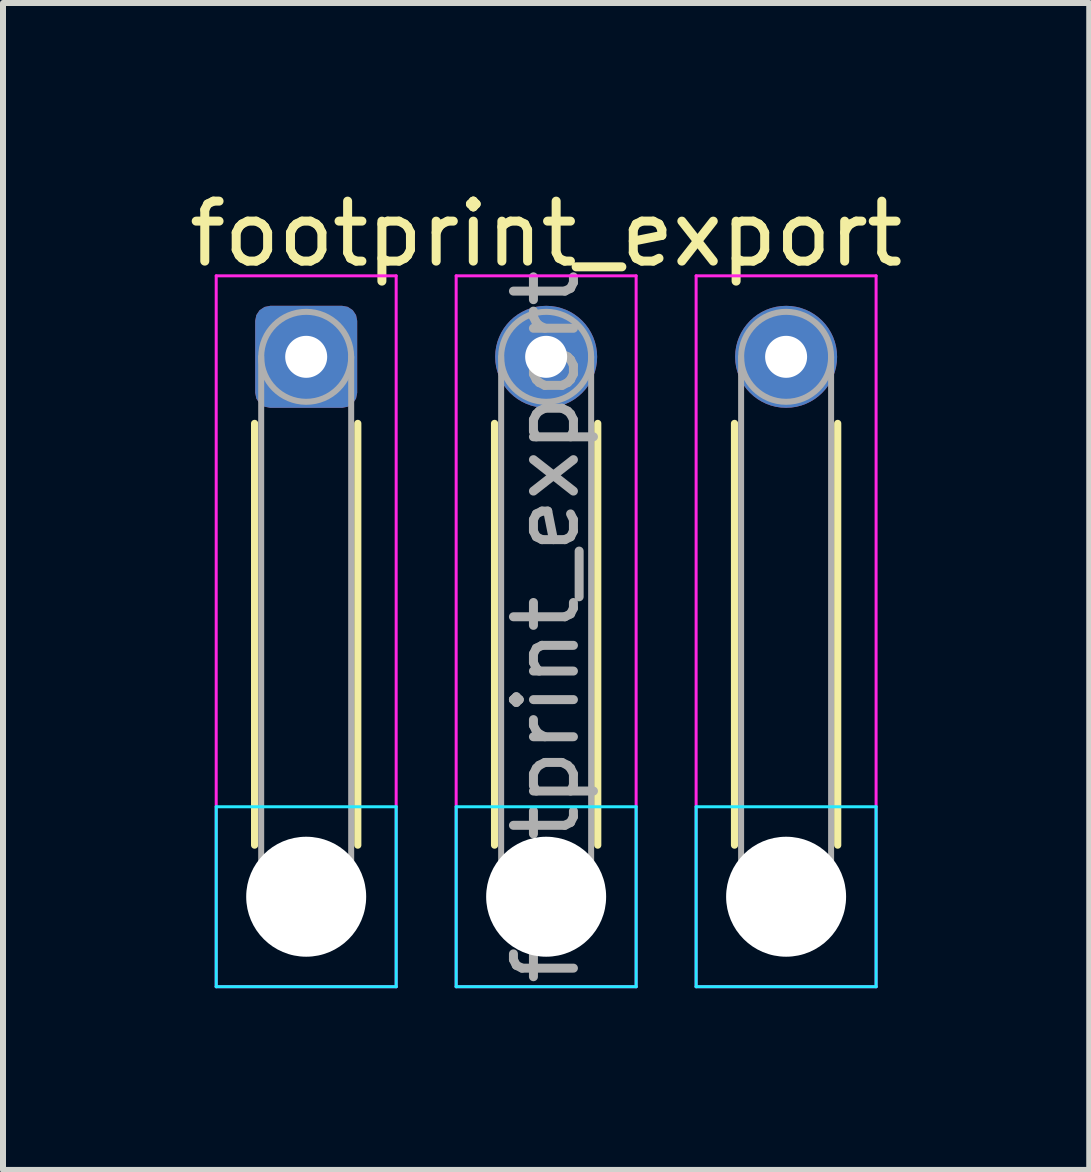
<source format=kicad_pcb>
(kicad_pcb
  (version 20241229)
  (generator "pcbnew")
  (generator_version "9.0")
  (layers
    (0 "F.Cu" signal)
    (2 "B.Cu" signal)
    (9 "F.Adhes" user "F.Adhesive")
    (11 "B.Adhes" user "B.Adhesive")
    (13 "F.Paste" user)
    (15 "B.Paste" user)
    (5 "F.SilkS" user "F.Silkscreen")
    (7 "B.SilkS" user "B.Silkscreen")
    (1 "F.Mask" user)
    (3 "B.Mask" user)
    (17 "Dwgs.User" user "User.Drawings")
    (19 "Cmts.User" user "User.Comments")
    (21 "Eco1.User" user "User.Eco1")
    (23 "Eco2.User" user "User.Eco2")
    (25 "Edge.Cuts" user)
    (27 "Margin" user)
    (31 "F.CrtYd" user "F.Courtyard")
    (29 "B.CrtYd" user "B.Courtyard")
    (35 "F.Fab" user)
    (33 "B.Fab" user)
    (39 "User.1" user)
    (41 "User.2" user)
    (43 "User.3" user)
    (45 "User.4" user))
  (footprint "footprint_export"
    (layer "F.Cu")
    (at 2.054 2.898)
    (property "Reference" "footprint_export" (at 4 -2.05 0) (layer "F.SilkS") (effects (font (size 1 1) (thickness 0.15))))
    (attr exclude_from_pos_files exclude_from_bom)
    (fp_line (start -0.86 1.11) (end -0.86 8.14) (stroke (width 0.12) (type solid)) (layer "F.SilkS"))
    (fp_line (start 0.86 1.11) (end 0.86 8.14) (stroke (width 0.12) (type solid)) (layer "F.SilkS"))
    (fp_line (start 3.14 1.11) (end 3.14 8.14) (stroke (width 0.12) (type solid)) (layer "F.SilkS"))
    (fp_line (start 4.86 1.11) (end 4.86 8.14) (stroke (width 0.12) (type solid)) (layer "F.SilkS"))
    (fp_line (start 7.14 1.11) (end 7.14 8.14) (stroke (width 0.12) (type solid)) (layer "F.SilkS"))
    (fp_line (start 8.86 1.11) (end 8.86 8.14) (stroke (width 0.12) (type solid)) (layer "F.SilkS"))
    (fp_line (start -1.5 7.5) (end -1.5 10.5) (stroke (width 0.05) (type solid)) (layer "B.CrtYd"))
    (fp_line (start -1.5 10.5) (end 1.5 10.5) (stroke (width 0.05) (type solid)) (layer "B.CrtYd"))
    (fp_line (start 1.5 7.5) (end -1.5 7.5) (stroke (width 0.05) (type solid)) (layer "B.CrtYd"))
    (fp_line (start 1.5 10.5) (end 1.5 7.5) (stroke (width 0.05) (type solid)) (layer "B.CrtYd"))
    (fp_line (start 2.5 7.5) (end 2.5 10.5) (stroke (width 0.05) (type solid)) (layer "B.CrtYd"))
    (fp_line (start 2.5 10.5) (end 5.5 10.5) (stroke (width 0.05) (type solid)) (layer "B.CrtYd"))
    (fp_line (start 5.5 7.5) (end 2.5 7.5) (stroke (width 0.05) (type solid)) (layer "B.CrtYd"))
    (fp_line (start 5.5 10.5) (end 5.5 7.5) (stroke (width 0.05) (type solid)) (layer "B.CrtYd"))
    (fp_line (start 6.5 7.5) (end 6.5 10.5) (stroke (width 0.05) (type solid)) (layer "B.CrtYd"))
    (fp_line (start 6.5 10.5) (end 9.5 10.5) (stroke (width 0.05) (type solid)) (layer "B.CrtYd"))
    (fp_line (start 9.5 7.5) (end 6.5 7.5) (stroke (width 0.05) (type solid)) (layer "B.CrtYd"))
    (fp_line (start 9.5 10.5) (end 9.5 7.5) (stroke (width 0.05) (type solid)) (layer "B.CrtYd"))
    (fp_line (start -1.5 -1.35) (end -1.5 10.5) (stroke (width 0.05) (type solid)) (layer "F.CrtYd"))
    (fp_line (start -1.5 10.5) (end 1.5 10.5) (stroke (width 0.05) (type solid)) (layer "F.CrtYd"))
    (fp_line (start 1.5 -1.35) (end -1.5 -1.35) (stroke (width 0.05) (type solid)) (layer "F.CrtYd"))
    (fp_line (start 1.5 10.5) (end 1.5 -1.35) (stroke (width 0.05) (type solid)) (layer "F.CrtYd"))
    (fp_line (start 2.5 -1.35) (end 2.5 10.5) (stroke (width 0.05) (type solid)) (layer "F.CrtYd"))
    (fp_line (start 2.5 10.5) (end 5.5 10.5) (stroke (width 0.05) (type solid)) (layer "F.CrtYd"))
    (fp_line (start 5.5 -1.35) (end 2.5 -1.35) (stroke (width 0.05) (type solid)) (layer "F.CrtYd"))
    (fp_line (start 5.5 10.5) (end 5.5 -1.35) (stroke (width 0.05) (type solid)) (layer "F.CrtYd"))
    (fp_line (start 6.5 -1.35) (end 6.5 10.5) (stroke (width 0.05) (type solid)) (layer "F.CrtYd"))
    (fp_line (start 6.5 10.5) (end 9.5 10.5) (stroke (width 0.05) (type solid)) (layer "F.CrtYd"))
    (fp_line (start 9.5 -1.35) (end 6.5 -1.35) (stroke (width 0.05) (type solid)) (layer "F.CrtYd"))
    (fp_line (start 9.5 10.5) (end 9.5 -1.35) (stroke (width 0.05) (type solid)) (layer "F.CrtYd"))
    (fp_line (start -0.75 0) (end -0.75 9) (stroke (width 0.1) (type solid)) (layer "F.Fab"))
    (fp_line (start 0.75 0) (end 0.75 9) (stroke (width 0.1) (type solid)) (layer "F.Fab"))
    (fp_line (start 3.25 0) (end 3.25 9) (stroke (width 0.1) (type solid)) (layer "F.Fab"))
    (fp_line (start 4.75 0) (end 4.75 9) (stroke (width 0.1) (type solid)) (layer "F.Fab"))
    (fp_line (start 7.25 0) (end 7.25 9) (stroke (width 0.1) (type solid)) (layer "F.Fab"))
    (fp_line (start 8.75 0) (end 8.75 9) (stroke (width 0.1) (type solid)) (layer "F.Fab"))
    (fp_circle (center 0 0) (end 0.75 0) (stroke (width 0.1) (type solid)) (fill no) (layer "F.Fab"))
    (fp_circle (center 0 9) (end 0.75 9) (stroke (width 0.1) (type solid)) (fill no) (layer "F.Fab"))
    (fp_circle (center 4 0) (end 4.75 0) (stroke (width 0.1) (type solid)) (fill no) (layer "F.Fab"))
    (fp_circle (center 4 9) (end 4.75 9) (stroke (width 0.1) (type solid)) (fill no) (layer "F.Fab"))
    (fp_circle (center 8 0) (end 8.75 0) (stroke (width 0.1) (type solid)) (fill no) (layer "F.Fab"))
    (fp_circle (center 8 9) (end 8.75 9) (stroke (width 0.1) (type solid)) (fill no) (layer "F.Fab"))
    (fp_text user "${REFERENCE}" (at 4 4.5 90) (layer "F.Fab") (effects (font (size 1 1) (thickness 0.15))))
    (pad "" np_thru_hole circle (at 0 9) (size 2 2) (drill 2) (layers "*.Cu" "*.Mask"))
    (pad "" np_thru_hole circle (at 4 9) (size 2 2) (drill 2) (layers "*.Cu" "*.Mask"))
    (pad "" np_thru_hole circle (at 8 9) (size 2 2) (drill 2) (layers "*.Cu" "*.Mask"))
    (pad "1" thru_hole roundrect (at 0 0) (size 1.7 1.7) (drill 0.7) (layers "*.Cu" "*.Mask") (roundrect_rratio 0.147))
    (pad "2" thru_hole circle (at 4 0) (size 1.7 1.7) (drill 0.7) (layers "*.Cu" "*.Mask"))
    (pad "3" thru_hole circle (at 8 0) (size 1.7 1.7) (drill 0.7) (layers "*.Cu" "*.Mask")))
  (gr_rect
    (start -3 -3)
    (end 15.107 16.452)
    (stroke (width 0.1) (type default))
    (fill no)
    (layer "Edge.Cuts")))
</source>
